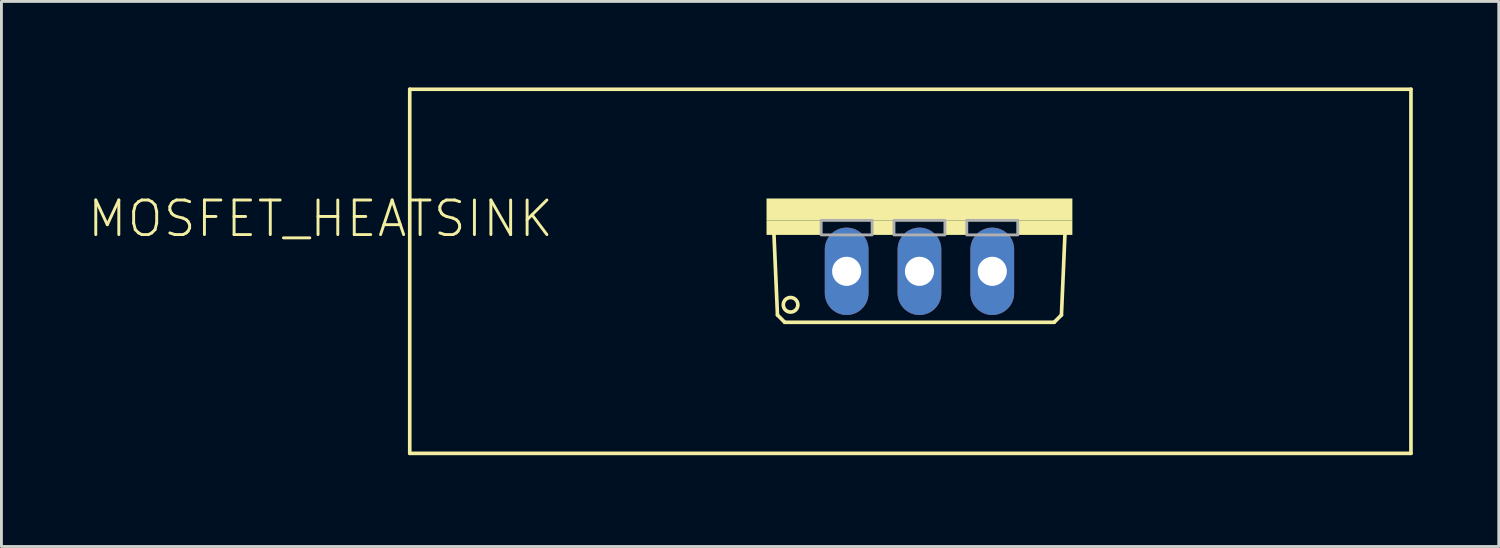
<source format=kicad_pcb>
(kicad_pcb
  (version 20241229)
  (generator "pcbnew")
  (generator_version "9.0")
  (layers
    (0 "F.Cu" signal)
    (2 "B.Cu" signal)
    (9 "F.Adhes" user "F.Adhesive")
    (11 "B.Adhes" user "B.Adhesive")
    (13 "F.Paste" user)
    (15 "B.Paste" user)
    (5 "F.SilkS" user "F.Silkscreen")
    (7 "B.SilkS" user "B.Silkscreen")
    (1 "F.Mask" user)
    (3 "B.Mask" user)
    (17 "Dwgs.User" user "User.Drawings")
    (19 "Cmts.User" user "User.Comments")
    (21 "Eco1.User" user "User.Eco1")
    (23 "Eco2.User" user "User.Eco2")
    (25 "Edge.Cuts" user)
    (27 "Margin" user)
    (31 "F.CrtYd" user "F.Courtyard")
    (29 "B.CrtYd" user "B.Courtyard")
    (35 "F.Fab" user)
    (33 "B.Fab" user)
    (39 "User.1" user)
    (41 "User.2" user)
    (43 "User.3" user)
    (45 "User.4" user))
  (footprint "MOSFET_HEATSINK"
    (layer "F.Cu")
    (at 11.243 12.764)
    (property "Reference" "MOSFET_HEATSINK" (at 5.08 -8.89 0) (layer "F.SilkS") (effects (font (size 1.206 1.206) (thickness 0.102)) (justify right top)))
    (attr through_hole)
    (fp_line (start 0 -12.7) (end 0 0) (stroke (width 0.127) (type solid)) (layer "F.SilkS"))
    (fp_line (start 0 0) (end 34.925 0) (stroke (width 0.127) (type solid)) (layer "F.SilkS"))
    (fp_line (start 12.827 -4.826) (end 12.7 -7.747) (stroke (width 0.127) (type solid)) (layer "F.SilkS"))
    (fp_line (start 12.827 -4.826) (end 13.081 -4.572) (stroke (width 0.127) (type solid)) (layer "F.SilkS"))
    (fp_line (start 22.479 -4.572) (end 13.081 -4.572) (stroke (width 0.127) (type solid)) (layer "F.SilkS"))
    (fp_line (start 22.479 -4.572) (end 22.733 -4.826) (stroke (width 0.127) (type solid)) (layer "F.SilkS"))
    (fp_line (start 22.86 -7.747) (end 22.733 -4.826) (stroke (width 0.127) (type solid)) (layer "F.SilkS"))
    (fp_line (start 34.925 -12.7) (end 0 -12.7) (stroke (width 0.127) (type solid)) (layer "F.SilkS"))
    (fp_line (start 34.925 0) (end 34.925 -12.7) (stroke (width 0.127) (type solid)) (layer "F.SilkS"))
    (fp_circle (center 13.284 -5.182) (end 13.538 -5.182) (stroke (width 0.127) (type solid)) (fill no) (layer "F.SilkS"))
    (fp_poly (pts (xy 12.446 -8.128) (xy 23.114 -8.128) (xy 23.114 -8.89) (xy 12.446 -8.89)) (stroke (width 0) (type solid)) (fill yes) (layer "F.SilkS"))
    (fp_poly (pts (xy 12.446 -7.62) (xy 14.351 -7.62) (xy 14.351 -8.128) (xy 12.446 -8.128)) (stroke (width 0) (type solid)) (fill yes) (layer "F.SilkS"))
    (fp_poly (pts (xy 16.129 -7.62) (xy 16.891 -7.62) (xy 16.891 -8.128) (xy 16.129 -8.128)) (stroke (width 0) (type solid)) (fill yes) (layer "F.SilkS"))
    (fp_poly (pts (xy 18.669 -7.62) (xy 19.431 -7.62) (xy 19.431 -8.128) (xy 18.669 -8.128)) (stroke (width 0) (type solid)) (fill yes) (layer "F.SilkS"))
    (fp_poly (pts (xy 21.209 -7.62) (xy 23.114 -7.62) (xy 23.114 -8.128) (xy 21.209 -8.128)) (stroke (width 0) (type solid)) (fill yes) (layer "F.SilkS"))
    (fp_poly (pts (xy 14.351 -7.62) (xy 16.129 -7.62) (xy 16.129 -8.128) (xy 14.351 -8.128)) (stroke (width 0.1) (type solid)) (fill no) (layer "F.Fab"))
    (fp_poly (pts (xy 16.891 -7.62) (xy 18.669 -7.62) (xy 18.669 -8.128) (xy 16.891 -8.128)) (stroke (width 0.1) (type solid)) (fill no) (layer "F.Fab"))
    (fp_poly (pts (xy 19.431 -7.62) (xy 21.209 -7.62) (xy 21.209 -8.128) (xy 19.431 -8.128)) (stroke (width 0.1) (type solid)) (fill no) (layer "F.Fab"))
    (pad "1" thru_hole oval (at 15.24 -6.35 90) (size 3.048 1.524) (drill 1.016) (layers "*.Cu" "*.Mask"))
    (pad "2" thru_hole oval (at 17.78 -6.35 90) (size 3.048 1.524) (drill 1.016) (layers "*.Cu" "*.Mask"))
    (pad "3" thru_hole oval (at 20.32 -6.35 90) (size 3.048 1.524) (drill 1.016) (layers "*.Cu" "*.Mask")))
  (gr_rect
    (start -3 -3)
    (end 49.231 16.014)
    (stroke (width 0.1) (type default))
    (fill no)
    (layer "Edge.Cuts")))
</source>
